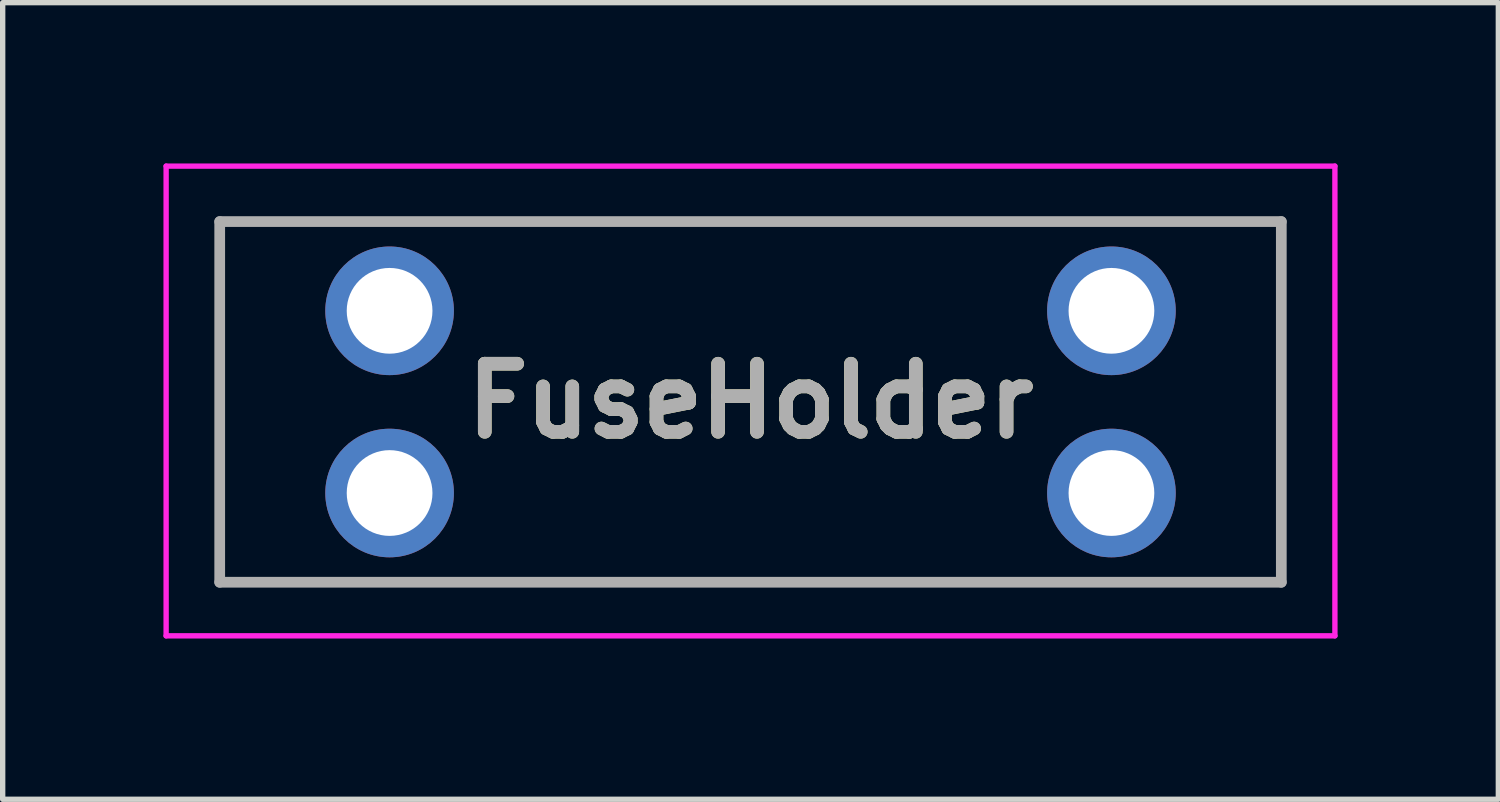
<source format=kicad_pcb>
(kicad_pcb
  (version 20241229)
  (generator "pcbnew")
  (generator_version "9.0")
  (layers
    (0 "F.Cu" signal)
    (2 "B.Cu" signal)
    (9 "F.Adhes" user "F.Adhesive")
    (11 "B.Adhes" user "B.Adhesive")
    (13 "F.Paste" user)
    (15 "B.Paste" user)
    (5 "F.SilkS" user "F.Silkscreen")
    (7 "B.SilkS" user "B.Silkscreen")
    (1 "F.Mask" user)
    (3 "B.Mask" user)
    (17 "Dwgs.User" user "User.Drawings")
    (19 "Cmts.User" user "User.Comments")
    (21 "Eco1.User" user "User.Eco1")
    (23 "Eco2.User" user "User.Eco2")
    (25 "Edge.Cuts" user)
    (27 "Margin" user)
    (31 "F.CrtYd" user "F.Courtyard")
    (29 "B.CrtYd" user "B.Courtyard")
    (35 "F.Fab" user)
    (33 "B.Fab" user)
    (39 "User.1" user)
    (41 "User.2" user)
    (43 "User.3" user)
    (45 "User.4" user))
  (footprint "FuseHolder"
    (layer "F.Cu")
    (at 4.22 2.75)
    (property "Reference" "FuseHolder" (at 6.735 1.683 0) (layer "F.SilkS") (effects (font (size 1.27 1.27) (thickness 0.254))))
    (attr through_hole)
    (fp_line (start -3.17 -1.7) (end 16.64 -1.7) (stroke (width 0.1) (type solid)) (layer "F.SilkS"))
    (fp_line (start -3.17 5.065) (end -3.17 -1.7) (stroke (width 0.1) (type solid)) (layer "F.SilkS"))
    (fp_line (start 16.64 -1.7) (end 16.64 5.065) (stroke (width 0.1) (type solid)) (layer "F.SilkS"))
    (fp_line (start 16.64 5.065) (end -3.17 5.065) (stroke (width 0.1) (type solid)) (layer "F.SilkS"))
    (fp_line (start -4.17 -2.7) (end 17.64 -2.7) (stroke (width 0.1) (type solid)) (layer "F.CrtYd"))
    (fp_line (start -4.17 6.065) (end -4.17 -2.7) (stroke (width 0.1) (type solid)) (layer "F.CrtYd"))
    (fp_line (start 17.64 -2.7) (end 17.64 6.065) (stroke (width 0.1) (type solid)) (layer "F.CrtYd"))
    (fp_line (start 17.64 6.065) (end -4.17 6.065) (stroke (width 0.1) (type solid)) (layer "F.CrtYd"))
    (fp_line (start -3.17 -1.665) (end 16.64 -1.665) (stroke (width 0.2) (type solid)) (layer "F.Fab"))
    (fp_line (start -3.17 5.065) (end -3.17 -1.665) (stroke (width 0.2) (type solid)) (layer "F.Fab"))
    (fp_line (start 16.64 -1.665) (end 16.64 5.065) (stroke (width 0.2) (type solid)) (layer "F.Fab"))
    (fp_line (start 16.64 5.065) (end -3.17 5.065) (stroke (width 0.2) (type solid)) (layer "F.Fab"))
    (fp_text user "${REFERENCE}" (at 6.735 1.683 0) (layer "F.Fab") (effects (font (size 1.27 1.27) (thickness 0.254))))
    (pad "1" thru_hole circle (at 0 0) (size 2.4 2.4) (drill 1.6) (layers "*.Cu" "*.Mask"))
    (pad "2" thru_hole circle (at 0 3.4) (size 2.4 2.4) (drill 1.6) (layers "*.Cu" "*.Mask"))
    (pad "3" thru_hole circle (at 13.47 3.4) (size 2.4 2.4) (drill 1.6) (layers "*.Cu" "*.Mask"))
    (pad "4" thru_hole circle (at 13.47 0) (size 2.4 2.4) (drill 1.6) (layers "*.Cu" "*.Mask")))
  (gr_rect
    (start -3 -3)
    (end 24.91 11.865)
    (stroke (width 0.1) (type default))
    (fill no)
    (layer "Edge.Cuts")))
</source>
